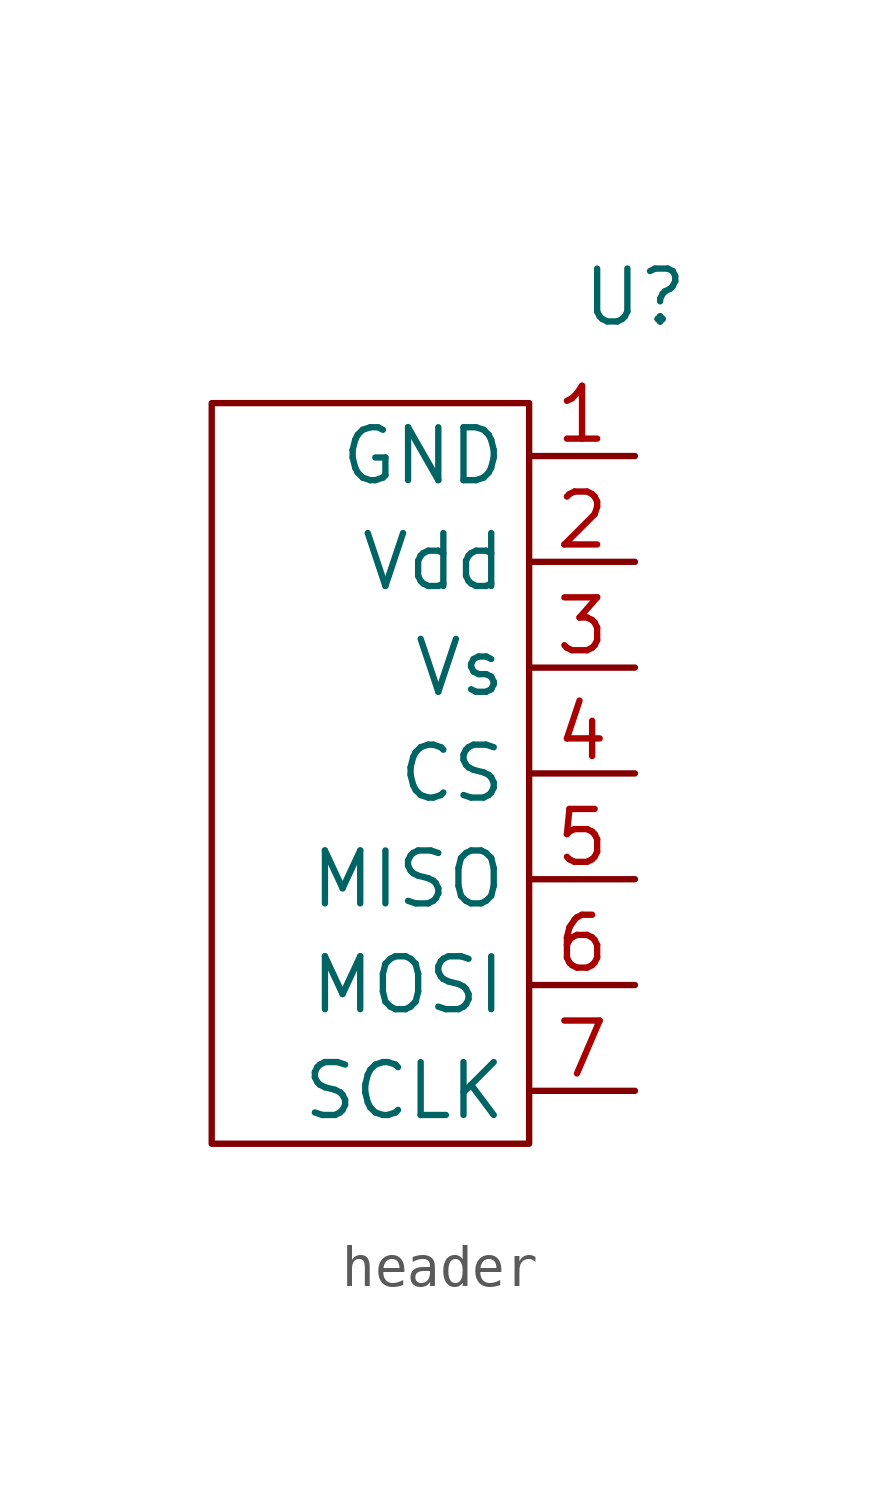
<source format=kicad_sym>
(kicad_symbol_lib
  (version 20220914)
  (generator kicad_symbol_editor)
  (symbol "header"
    (property "Reference" "U"
      (at 0 0 0)
      (effects (font (size 1.27 1.27))))
    (property "Value" ""
      (at 0 0 0)
      (effects (font (size 1.27 1.27))))
    (symbol "header_0_1"
      (rectangle (start -2.54 -2.54) (end -10.16 -20.32) (stroke (width 0) (type default)) (fill (type none))))
    (symbol "header_1_1"
      (pin input line (at 0 -3.81 180) (length 2.54) (name "GND" (effects (font (size 1.27 1.27)))) (number "1" (effects (font (size 1.27 1.27)))))
      (pin input line (at 0 -6.35 180) (length 2.54) (name "Vdd" (effects (font (size 1.27 1.27)))) (number "2" (effects (font (size 1.27 1.27)))))
      (pin input line (at 0 -8.89 180) (length 2.54) (name "Vs" (effects (font (size 1.27 1.27)))) (number "3" (effects (font (size 1.27 1.27)))))
      (pin input line (at 0 -11.43 180) (length 2.54) (name "CS" (effects (font (size 1.27 1.27)))) (number "4" (effects (font (size 1.27 1.27)))))
      (pin input line (at 0 -13.97 180) (length 2.54) (name "MISO" (effects (font (size 1.27 1.27)))) (number "5" (effects (font (size 1.27 1.27)))))
      (pin input line (at 0 -16.51 180) (length 2.54) (name "MOSI" (effects (font (size 1.27 1.27)))) (number "6" (effects (font (size 1.27 1.27)))))
      (pin input line (at 0 -19.05 180) (length 2.54) (name "SCLK" (effects (font (size 1.27 1.27)))) (number "7" (effects (font (size 1.27 1.27))))))))
</source>
